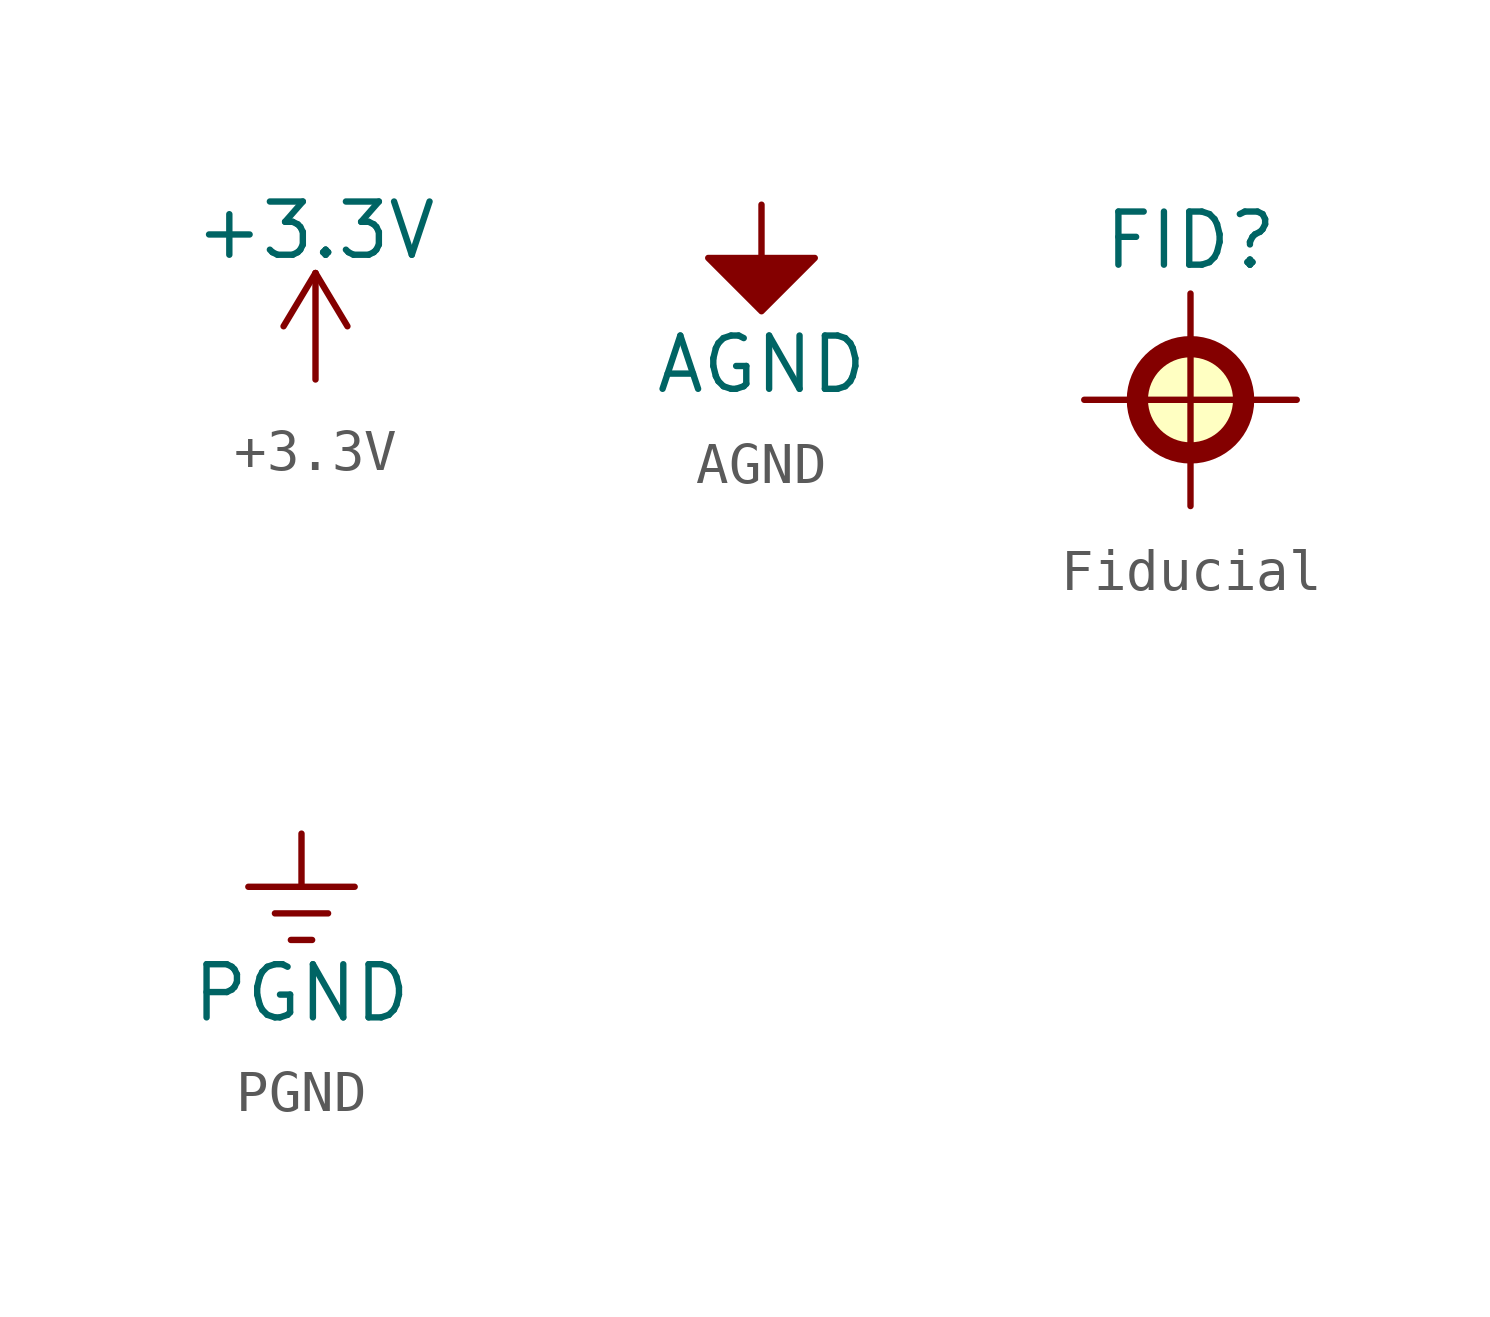
<source format=kicad_sym>
(kicad_symbol_lib
  (version 20211014)
  (generator kicad_symbol_editor)
  (symbol "+3.3V"
    (power)
    (pin_names
      (offset 0))
    (property "Reference" "#PWR"
      (at 0 -3.81 0)
      (effects (font (size 1.27 1.27)) hide))
    (property "Value" "+3.3V"
      (at 0 3.556 0)
      (effects (font (size 1.27 1.27))))
    (symbol "+3.3V_0_1"
      (polyline (pts (xy -0.762 1.27) (xy 0 2.54)) (stroke (width 0) (type default) (color 0 0 0 0)) (fill (type none)))
      (polyline (pts (xy 0 0) (xy 0 2.54)) (stroke (width 0) (type default) (color 0 0 0 0)) (fill (type none)))
      (polyline (pts (xy 0 2.54) (xy 0.762 1.27)) (stroke (width 0) (type default) (color 0 0 0 0)) (fill (type none))))
    (symbol "+3.3V_1_1"
      (pin power_in line (at 0 0 90) (length 0) hide (name "+3V3" (effects (font (size 1.27 1.27)))) (number "1" (effects (font (size 1.27 1.27)))))))
  (symbol "AGND"
    (power)
    (pin_names
      (offset 0))
    (property "Reference" "#PWR"
      (at 0 -6.35 0)
      (effects (font (size 1.27 1.27)) hide))
    (property "Value" "AGND"
      (at 0 -3.81 0)
      (effects (font (size 1.27 1.27))))
    (symbol "AGND_0_1"
      (polyline (pts (xy 0 0) (xy 0 -1.27) (xy 1.27 -1.27) (xy 0 -2.54) (xy -1.27 -1.27) (xy 0 -1.27)) (stroke (width 0) (type default) (color 0 0 0 0)) (fill (type outline))))
    (symbol "AGND_1_1"
      (pin power_in line (at 0 0 270) (length 0) hide (name "AGND" (effects (font (size 1.27 1.27)))) (number "1" (effects (font (size 1.27 1.27)))))))
  (symbol "Fiducial"
    (property "Reference" "FID"
      (at 0 3.81 0)
      (effects (font (size 1.27 1.27))))
    (symbol "Fiducial_0_1"
      (circle (center 0 0) (radius 1.27) (stroke (width 0.508) (type default) (color 0 0 0 0)) (fill (type background)))
      (rectangle (start 0 2.54) (end 0 -2.54) (stroke (width 0) (type default) (color 0 0 0 0)) (fill (type none)))
      (rectangle (start 2.54 0) (end -2.54 0) (stroke (width 0) (type default) (color 0 0 0 0)) (fill (type none)))))
  (symbol "PGND"
    (power)
    (pin_names
      (offset 0))
    (property "Reference" "#PWR"
      (at 0 -6.35 0)
      (effects (font (size 1.27 1.27)) hide))
    (property "Value" "PGND"
      (at 0 -3.81 0)
      (effects (font (size 1.27 1.27))))
    (symbol "PGND_0_1"
      (polyline (pts (xy -0.635 -1.905) (xy 0.635 -1.905)) (stroke (width 0) (type default) (color 0 0 0 0)) (fill (type none)))
      (polyline (pts (xy -0.254 -2.54) (xy 0.254 -2.54)) (stroke (width 0) (type default) (color 0 0 0 0)) (fill (type none)))
      (polyline (pts (xy 0 0) (xy 0 -1.27)) (stroke (width 0) (type default) (color 0 0 0 0)) (fill (type none)))
      (polyline (pts (xy 1.27 -1.27) (xy -1.27 -1.27)) (stroke (width 0) (type default) (color 0 0 0 0)) (fill (type none))))
    (symbol "PGND_1_1"
      (pin power_in line (at 0 0 270) (length 0) hide (name "PGND" (effects (font (size 1.27 1.27)))) (number "1" (effects (font (size 1.27 1.27))))))))
</source>
